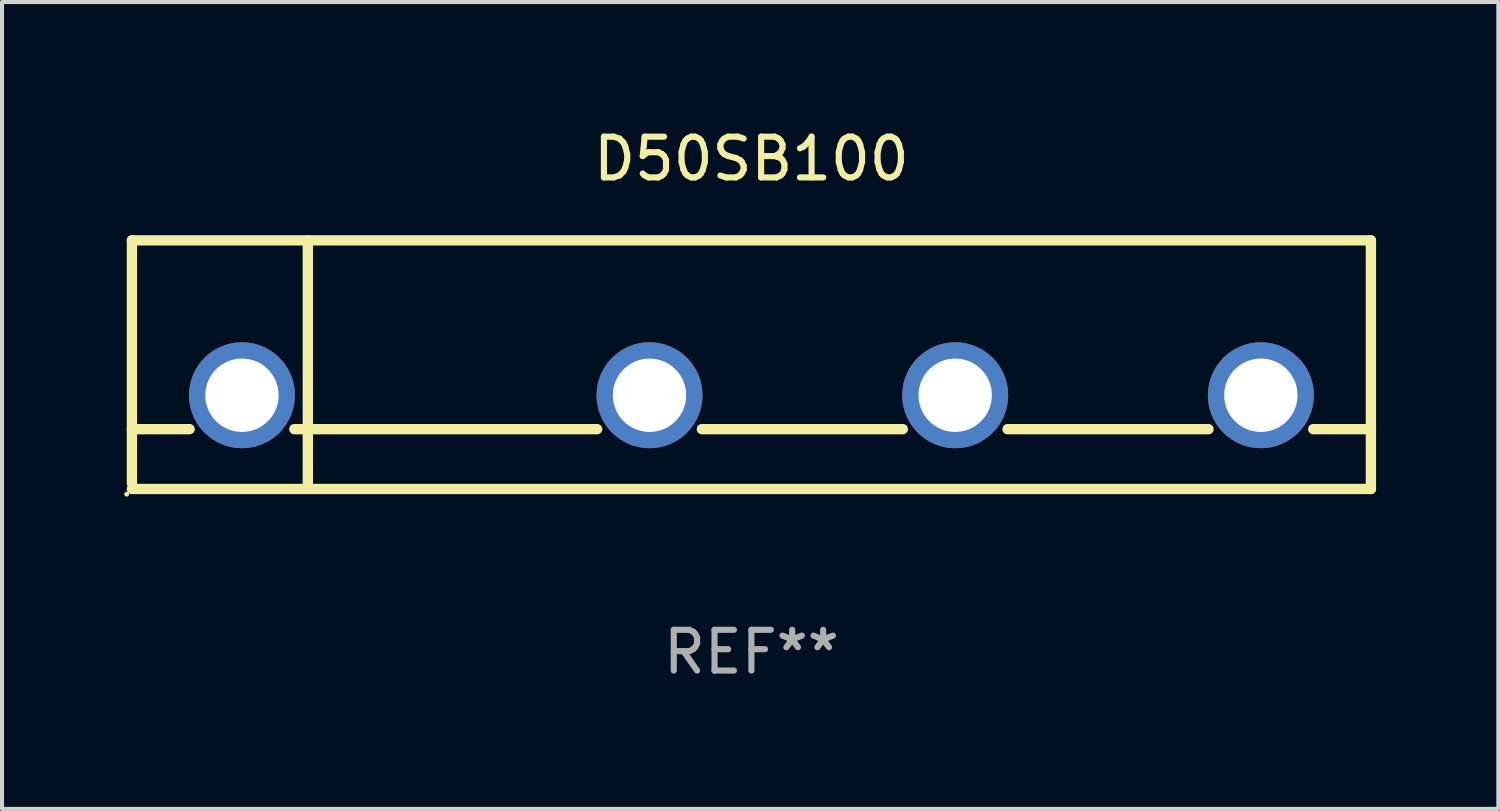
<source format=kicad_pcb>
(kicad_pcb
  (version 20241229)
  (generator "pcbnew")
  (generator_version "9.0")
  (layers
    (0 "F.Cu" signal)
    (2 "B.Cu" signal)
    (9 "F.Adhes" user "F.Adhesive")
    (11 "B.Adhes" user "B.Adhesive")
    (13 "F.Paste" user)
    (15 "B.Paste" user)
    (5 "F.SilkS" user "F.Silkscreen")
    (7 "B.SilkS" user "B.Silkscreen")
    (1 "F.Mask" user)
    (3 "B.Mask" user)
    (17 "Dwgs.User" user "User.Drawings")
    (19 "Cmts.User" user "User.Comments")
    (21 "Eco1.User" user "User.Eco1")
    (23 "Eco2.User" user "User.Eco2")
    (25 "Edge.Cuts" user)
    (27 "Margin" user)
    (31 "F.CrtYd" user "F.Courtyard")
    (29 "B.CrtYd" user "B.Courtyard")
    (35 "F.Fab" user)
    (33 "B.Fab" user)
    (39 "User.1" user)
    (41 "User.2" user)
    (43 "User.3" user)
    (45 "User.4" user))
  (footprint "D50SB100"
    (layer "F.Cu")
    (at 15.387 5.898)
    (property "Reference" "D50SB100" (at 0 -5.05 0) (layer "F.SilkS") (effects (font (size 1 1) (thickness 0.15))))
    (attr through_hole)
    (fp_line (start -15.2 -3.05) (end -15.2 2.909) (stroke (width 0.254) (type solid)) (layer "F.SilkS"))
    (fp_line (start -15.2 -3.05) (end 15.2 -3.05) (stroke (width 0.254) (type solid)) (layer "F.SilkS"))
    (fp_line (start -15.2 1.582) (end -13.785 1.582) (stroke (width 0.254) (type solid)) (layer "F.SilkS"))
    (fp_line (start -15.2 3.05) (end 15.2 3.05) (stroke (width 0.254) (type solid)) (layer "F.SilkS"))
    (fp_line (start -11.215 1.582) (end -3.785 1.582) (stroke (width 0.254) (type solid)) (layer "F.SilkS"))
    (fp_line (start -10.884 -3.05) (end -10.884 2.909) (stroke (width 0.254) (type solid)) (layer "F.SilkS"))
    (fp_line (start -1.215 1.582) (end 3.715 1.582) (stroke (width 0.254) (type solid)) (layer "F.SilkS"))
    (fp_line (start 6.285 1.582) (end 11.215 1.582) (stroke (width 0.254) (type solid)) (layer "F.SilkS"))
    (fp_line (start 13.785 1.582) (end 15.2 1.582) (stroke (width 0.254) (type solid)) (layer "F.SilkS"))
    (fp_line (start 15.2 -3.05) (end 15.2 3.05) (stroke (width 0.254) (type solid)) (layer "F.SilkS"))
    (fp_circle (center -15.327 3.177) (end -15.297 3.177) (stroke (width 0.06) (type solid)) (fill no) (layer "F.SilkS"))
    (fp_text user "&#126;" (at 3.938 -0.7 0) (layer "B.Mask") (effects (font (size 1 1) (thickness 0.15))))
    (fp_text user "+" (at -13.461 -0.782 0) (layer "B.Mask") (effects (font (size 1 1) (thickness 0.15))))
    (fp_text user "-" (at 11.176 -0.774 0) (layer "B.Mask") (effects (font (size 1 1) (thickness 0.15))))
    (fp_text user "&#126;" (at -3.301 -0.827 0) (layer "B.Mask") (effects (font (size 1 1) (thickness 0.15))))
    (fp_text user "REF**" (at 0 7.05 0) (layer "F.Fab") (effects (font (size 1 1) (thickness 0.15))))
    (pad "1" thru_hole circle (at -12.5 0.75) (size 2.6 2.6) (drill 1.8) (layers "*.Cu" "*.Mask"))
    (pad "2" thru_hole circle (at -2.5 0.75) (size 2.6 2.6) (drill 1.8) (layers "*.Cu" "*.Mask"))
    (pad "3" thru_hole circle (at 5 0.75) (size 2.6 2.6) (drill 1.8) (layers "*.Cu" "*.Mask"))
    (pad "4" thru_hole circle (at 12.5 0.75) (size 2.6 2.6) (drill 1.8) (layers "*.Cu" "*.Mask")))
  (gr_rect
    (start -3 -3)
    (end 33.714 16.797)
    (stroke (width 0.1) (type default))
    (fill no)
    (layer "Edge.Cuts")))
</source>
